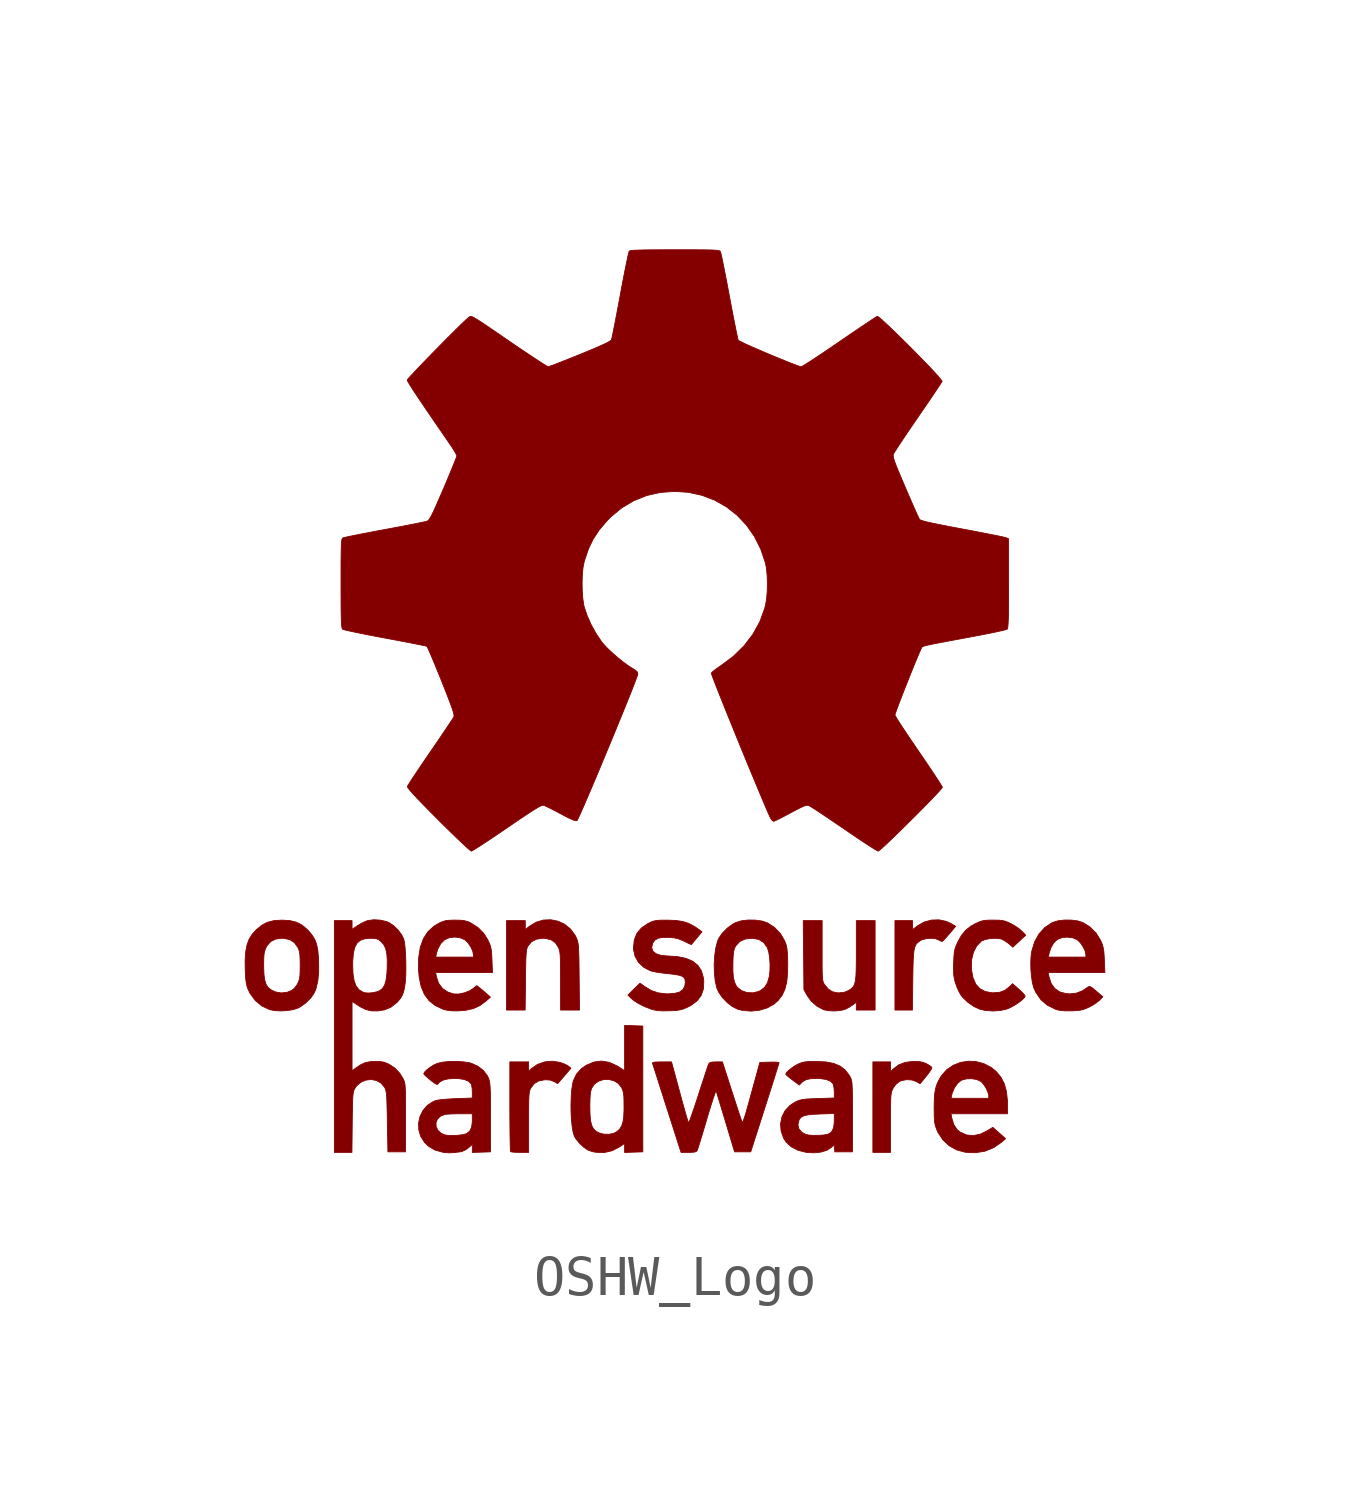
<source format=kicad_sym>
(kicad_symbol_lib
  (version 20231120)
  (generator "kicad_symbol_editor")
  (generator_version "8.0")
  (symbol "OSHW_Logo"
    (pin_names
      (offset 1.016))
    (property "Reference" "G"
      (at 0 16.51 0)
      (effects (font (size 1.27 1.27)) (hide yes)))
    (symbol "OSHW_Logo_0_0"
      (polyline (pts (xy 5.977 -2.818) (xy 5.978 -2.747) (xy 5.982 -2.516) (xy 5.987 -2.332) (xy 5.995 -2.189) (xy 6.007 -2.081) (xy 6.025 -2) (xy 6.049 -1.94) (xy 6.081 -1.896) (xy 6.123 -1.86) (xy 6.175 -1.825) (xy 6.208 -1.808) (xy 6.315 -1.78) (xy 6.436 -1.771) (xy 6.549 -1.782) (xy 6.632 -1.815) (xy 6.68 -1.842) (xy 6.718 -1.849) (xy 6.725 -1.844) (xy 6.764 -1.806) (xy 6.825 -1.739) (xy 6.898 -1.655) (xy 7.055 -1.469) (xy 6.931 -1.397) (xy 6.818 -1.345) (xy 6.635 -1.307) (xy 6.445 -1.313) (xy 6.261 -1.363) (xy 6.098 -1.456) (xy 5.972 -1.552) (xy 5.972 -1.44) (xy 5.972 -1.327) (xy 5.75 -1.327) (xy 5.529 -1.327) (xy 5.529 -2.451) (xy 5.529 -3.574) (xy 5.748 -3.574) (xy 5.968 -3.574) (xy 5.977 -2.818)) (stroke (width 0.01) (type default)) (fill (type outline)))
      (polyline (pts (xy 5.418 -6.408) (xy 5.418 -6.267) (xy 5.418 -6.074) (xy 5.42 -5.925) (xy 5.423 -5.812) (xy 5.428 -5.729) (xy 5.436 -5.667) (xy 5.447 -5.621) (xy 5.462 -5.582) (xy 5.48 -5.543) (xy 5.548 -5.445) (xy 5.639 -5.371) (xy 5.689 -5.349) (xy 5.822 -5.323) (xy 5.958 -5.332) (xy 6.073 -5.374) (xy 6.16 -5.426) (xy 6.317 -5.235) (xy 6.35 -5.193) (xy 6.411 -5.111) (xy 6.449 -5.048) (xy 6.457 -5.015) (xy 6.447 -5.004) (xy 6.397 -4.968) (xy 6.324 -4.926) (xy 6.308 -4.917) (xy 6.225 -4.885) (xy 6.13 -4.869) (xy 6 -4.865) (xy 5.989 -4.865) (xy 5.79 -4.888) (xy 5.624 -4.951) (xy 5.483 -5.058) (xy 5.418 -5.124) (xy 5.418 -5) (xy 5.418 -4.877) (xy 5.196 -4.877) (xy 4.974 -4.877) (xy 4.974 -6.014) (xy 4.974 -7.151) (xy 5.196 -7.151) (xy 5.418 -7.151) (xy 5.418 -6.408)) (stroke (width 0.01) (type default)) (fill (type outline)))
      (polyline (pts (xy -3.677 -6.395) (xy -3.677 -6.38) (xy -3.677 -6.155) (xy -3.676 -5.979) (xy -3.673 -5.843) (xy -3.669 -5.742) (xy -3.663 -5.669) (xy -3.654 -5.616) (xy -3.642 -5.576) (xy -3.626 -5.543) (xy -3.623 -5.537) (xy -3.539 -5.425) (xy -3.429 -5.358) (xy -3.283 -5.328) (xy -3.246 -5.326) (xy -3.135 -5.334) (xy -3.041 -5.37) (xy -2.946 -5.422) (xy -2.779 -5.229) (xy -2.613 -5.036) (xy -2.677 -4.984) (xy -2.712 -4.962) (xy -2.796 -4.922) (xy -2.893 -4.888) (xy -3.081 -4.859) (xy -3.275 -4.877) (xy -3.457 -4.942) (xy -3.615 -5.051) (xy -3.677 -5.108) (xy -3.677 -4.993) (xy -3.677 -4.877) (xy -3.913 -4.877) (xy -4.149 -4.877) (xy -4.149 -5.995) (xy -4.149 -6.086) (xy -4.148 -6.324) (xy -4.146 -6.543) (xy -4.144 -6.736) (xy -4.141 -6.897) (xy -4.138 -7.021) (xy -4.134 -7.101) (xy -4.13 -7.132) (xy -4.127 -7.134) (xy -4.082 -7.143) (xy -4 -7.149) (xy -3.895 -7.151) (xy -3.677 -7.151) (xy -3.677 -6.395)) (stroke (width 0.01) (type default)) (fill (type outline)))
      (polyline (pts (xy 4.149 -3.587) (xy 4.26 -3.562) (xy 4.276 -3.556) (xy 4.372 -3.508) (xy 4.461 -3.451) (xy 4.558 -3.377) (xy 4.558 -3.475) (xy 4.558 -3.574) (xy 4.794 -3.574) (xy 5.03 -3.574) (xy 5.03 -2.451) (xy 5.03 -1.327) (xy 4.794 -1.327) (xy 4.558 -1.327) (xy 4.558 -2.079) (xy 4.558 -2.155) (xy 4.557 -2.386) (xy 4.554 -2.57) (xy 4.548 -2.713) (xy 4.537 -2.822) (xy 4.52 -2.903) (xy 4.496 -2.963) (xy 4.463 -3.008) (xy 4.421 -3.045) (xy 4.369 -3.08) (xy 4.262 -3.126) (xy 4.123 -3.142) (xy 4.085 -3.141) (xy 3.959 -3.115) (xy 3.856 -3.049) (xy 3.761 -2.936) (xy 3.745 -2.912) (xy 3.73 -2.882) (xy 3.719 -2.845) (xy 3.711 -2.794) (xy 3.705 -2.722) (xy 3.701 -2.622) (xy 3.699 -2.487) (xy 3.699 -2.311) (xy 3.699 -2.086) (xy 3.699 -1.327) (xy 3.461 -1.327) (xy 3.224 -1.327) (xy 3.233 -2.194) (xy 3.241 -3.061) (xy 3.324 -3.211) (xy 3.422 -3.347) (xy 3.568 -3.476) (xy 3.735 -3.565) (xy 3.755 -3.571) (xy 3.872 -3.591) (xy 4.011 -3.597) (xy 4.149 -3.587)) (stroke (width 0.01) (type default)) (fill (type outline)))
      (polyline (pts (xy -3.755 -2.818) (xy -3.753 -2.63) (xy -3.75 -2.441) (xy -3.746 -2.294) (xy -3.74 -2.184) (xy -3.733 -2.104) (xy -3.724 -2.046) (xy -3.712 -2.004) (xy -3.697 -1.971) (xy -3.692 -1.963) (xy -3.602 -1.856) (xy -3.477 -1.793) (xy -3.317 -1.771) (xy -3.26 -1.774) (xy -3.115 -1.807) (xy -3.006 -1.882) (xy -2.928 -2.001) (xy -2.913 -2.037) (xy -2.9 -2.081) (xy -2.89 -2.137) (xy -2.883 -2.212) (xy -2.879 -2.313) (xy -2.876 -2.447) (xy -2.874 -2.622) (xy -2.874 -2.846) (xy -2.873 -3.574) (xy -2.635 -3.574) (xy -2.398 -3.574) (xy -2.407 -2.735) (xy -2.408 -2.679) (xy -2.41 -2.452) (xy -2.413 -2.271) (xy -2.417 -2.131) (xy -2.422 -2.025) (xy -2.428 -1.944) (xy -2.437 -1.883) (xy -2.449 -1.835) (xy -2.463 -1.793) (xy -2.482 -1.749) (xy -2.509 -1.696) (xy -2.624 -1.539) (xy -2.77 -1.42) (xy -2.938 -1.341) (xy -3.12 -1.305) (xy -3.306 -1.312) (xy -3.488 -1.366) (xy -3.657 -1.469) (xy -3.761 -1.552) (xy -3.761 -1.44) (xy -3.761 -1.327) (xy -3.996 -1.327) (xy -4.232 -1.327) (xy -4.232 -2.451) (xy -4.232 -3.574) (xy -3.998 -3.574) (xy -3.764 -3.574) (xy -3.755 -2.818)) (stroke (width 0.01) (type default)) (fill (type outline)))
      (polyline (pts (xy 7.789 -7.121) (xy 8.01 -7.032) (xy 8.207 -6.895) (xy 8.309 -6.806) (xy 8.149 -6.664) (xy 7.989 -6.522) (xy 7.837 -6.613) (xy 7.669 -6.694) (xy 7.492 -6.73) (xy 7.323 -6.711) (xy 7.162 -6.638) (xy 7.095 -6.582) (xy 7.008 -6.455) (xy 6.956 -6.284) (xy 6.937 -6.18) (xy 7.647 -6.18) (xy 8.357 -6.18) (xy 8.357 -5.96) (xy 8.355 -5.849) (xy 8.331 -5.62) (xy 8.278 -5.429) (xy 8.194 -5.266) (xy 8.076 -5.122) (xy 7.95 -5.018) (xy 7.768 -4.923) (xy 7.573 -4.87) (xy 7.372 -4.859) (xy 7.175 -4.891) (xy 6.992 -4.962) (xy 6.829 -5.074) (xy 6.698 -5.225) (xy 6.651 -5.3) (xy 6.593 -5.412) (xy 6.554 -5.528) (xy 6.529 -5.661) (xy 6.519 -5.792) (xy 6.939 -5.792) (xy 6.957 -5.702) (xy 6.966 -5.667) (xy 7.021 -5.533) (xy 7.1 -5.419) (xy 7.192 -5.342) (xy 7.209 -5.334) (xy 7.324 -5.303) (xy 7.457 -5.299) (xy 7.585 -5.32) (xy 7.685 -5.366) (xy 7.695 -5.373) (xy 7.761 -5.446) (xy 7.822 -5.544) (xy 7.868 -5.645) (xy 7.886 -5.729) (xy 7.886 -5.792) (xy 7.412 -5.792) (xy 6.939 -5.792) (xy 6.519 -5.792) (xy 6.517 -5.823) (xy 6.513 -6.028) (xy 6.514 -6.115) (xy 6.516 -6.254) (xy 6.522 -6.356) (xy 6.534 -6.437) (xy 6.553 -6.507) (xy 6.58 -6.58) (xy 6.612 -6.652) (xy 6.734 -6.837) (xy 6.893 -6.985) (xy 7.083 -7.09) (xy 7.298 -7.148) (xy 7.548 -7.16) (xy 7.789 -7.121)) (stroke (width 0.01) (type default)) (fill (type outline)))
      (polyline (pts (xy -5.424 -3.594) (xy -5.263 -3.581) (xy -5.071 -3.539) (xy -4.903 -3.462) (xy -4.746 -3.346) (xy -4.636 -3.249) (xy -4.74 -3.158) (xy -4.77 -3.132) (xy -4.849 -3.065) (xy -4.912 -3.013) (xy -4.981 -2.959) (xy -5.066 -3.03) (xy -5.16 -3.091) (xy -5.294 -3.142) (xy -5.433 -3.171) (xy -5.555 -3.17) (xy -5.705 -3.123) (xy -5.841 -3.032) (xy -5.938 -2.902) (xy -5.994 -2.735) (xy -6.013 -2.631) (xy -5.299 -2.631) (xy -4.585 -2.631) (xy -4.598 -2.315) (xy -4.598 -2.296) (xy -4.605 -2.158) (xy -4.616 -2.057) (xy -4.633 -1.978) (xy -4.659 -1.903) (xy -4.699 -1.817) (xy -4.799 -1.654) (xy -4.95 -1.5) (xy -5.143 -1.378) (xy -5.207 -1.351) (xy -5.287 -1.329) (xy -5.386 -1.317) (xy -5.521 -1.314) (xy -5.556 -1.314) (xy -5.676 -1.318) (xy -5.765 -1.329) (xy -5.842 -1.352) (xy -5.928 -1.391) (xy -6.054 -1.465) (xy -6.207 -1.605) (xy -6.322 -1.782) (xy -6.399 -1.998) (xy -6.438 -2.243) (xy -6.011 -2.243) (xy -5.993 -2.152) (xy -5.958 -2.039) (xy -5.884 -1.903) (xy -5.785 -1.806) (xy -5.676 -1.758) (xy -5.539 -1.74) (xy -5.401 -1.756) (xy -5.283 -1.806) (xy -5.278 -1.81) (xy -5.202 -1.883) (xy -5.133 -1.982) (xy -5.083 -2.088) (xy -5.064 -2.179) (xy -5.064 -2.243) (xy -5.537 -2.243) (xy -6.011 -2.243) (xy -6.438 -2.243) (xy -6.44 -2.254) (xy -6.444 -2.551) (xy -6.428 -2.744) (xy -6.378 -2.983) (xy -6.296 -3.179) (xy -6.178 -3.338) (xy -6.024 -3.461) (xy -5.831 -3.552) (xy -5.789 -3.565) (xy -5.692 -3.586) (xy -5.576 -3.595) (xy -5.424 -3.594)) (stroke (width 0.01) (type default)) (fill (type outline)))
      (polyline (pts (xy -1.577 -7.109) (xy -1.383 -7.007) (xy -1.265 -6.926) (xy -1.265 -7.04) (xy -1.265 -7.153) (xy -1.036 -7.145) (xy -0.807 -7.137) (xy -0.807 -5.556) (xy -0.807 -3.976) (xy -1.036 -3.968) (xy -1.265 -3.96) (xy -1.265 -4.529) (xy -1.265 -5.099) (xy -1.411 -5.004) (xy -1.46 -4.974) (xy -1.654 -4.887) (xy -1.847 -4.856) (xy -2.038 -4.881) (xy -2.228 -4.961) (xy -2.349 -5.045) (xy -2.475 -5.185) (xy -2.554 -5.355) (xy -2.569 -5.417) (xy -2.592 -5.565) (xy -2.606 -5.742) (xy -2.612 -5.936) (xy -2.612 -6.001) (xy -2.138 -6.001) (xy -2.138 -5.954) (xy -2.134 -5.797) (xy -2.126 -5.682) (xy -2.112 -5.599) (xy -2.091 -5.536) (xy -2.025 -5.438) (xy -1.921 -5.363) (xy -1.797 -5.322) (xy -1.665 -5.318) (xy -1.537 -5.349) (xy -1.426 -5.416) (xy -1.343 -5.519) (xy -1.332 -5.542) (xy -1.309 -5.597) (xy -1.294 -5.658) (xy -1.285 -5.737) (xy -1.281 -5.847) (xy -1.28 -6) (xy -1.28 -6.093) (xy -1.288 -6.265) (xy -1.308 -6.395) (xy -1.342 -6.494) (xy -1.393 -6.57) (xy -1.464 -6.633) (xy -1.529 -6.668) (xy -1.654 -6.696) (xy -1.791 -6.693) (xy -1.917 -6.657) (xy -1.988 -6.615) (xy -2.05 -6.554) (xy -2.093 -6.47) (xy -2.12 -6.355) (xy -2.134 -6.201) (xy -2.138 -6.001) (xy -2.612 -6.001) (xy -2.611 -6.135) (xy -2.601 -6.328) (xy -2.583 -6.502) (xy -2.559 -6.644) (xy -2.527 -6.744) (xy -2.489 -6.809) (xy -2.401 -6.918) (xy -2.297 -7.017) (xy -2.197 -7.087) (xy -2.176 -7.097) (xy -2.087 -7.127) (xy -1.989 -7.149) (xy -1.78 -7.156) (xy -1.577 -7.109)) (stroke (width 0.01) (type default)) (fill (type outline)))
      (polyline (pts (xy 2.127 -3.579) (xy 2.325 -3.518) (xy 2.493 -3.422) (xy 2.593 -3.334) (xy 2.692 -3.205) (xy 2.764 -3.051) (xy 2.81 -2.865) (xy 2.832 -2.64) (xy 2.834 -2.369) (xy 2.831 -2.264) (xy 2.825 -2.131) (xy 2.815 -2.033) (xy 2.801 -1.958) (xy 2.78 -1.892) (xy 2.751 -1.823) (xy 2.654 -1.659) (xy 2.504 -1.5) (xy 2.325 -1.383) (xy 2.319 -1.381) (xy 2.181 -1.336) (xy 2.013 -1.313) (xy 1.835 -1.312) (xy 1.667 -1.332) (xy 1.531 -1.374) (xy 1.455 -1.414) (xy 1.312 -1.519) (xy 1.187 -1.646) (xy 1.099 -1.777) (xy 1.067 -1.855) (xy 1.025 -2.021) (xy 0.998 -2.217) (xy 0.986 -2.429) (xy 0.99 -2.587) (xy 1.456 -2.587) (xy 1.457 -2.382) (xy 1.461 -2.262) (xy 1.469 -2.151) (xy 1.482 -2.073) (xy 1.501 -2.014) (xy 1.529 -1.961) (xy 1.535 -1.953) (xy 1.631 -1.851) (xy 1.763 -1.791) (xy 1.931 -1.771) (xy 1.957 -1.772) (xy 2.109 -1.801) (xy 2.228 -1.876) (xy 2.318 -1.997) (xy 2.326 -2.015) (xy 2.358 -2.124) (xy 2.38 -2.267) (xy 2.39 -2.426) (xy 2.387 -2.586) (xy 2.371 -2.728) (xy 2.366 -2.751) (xy 2.322 -2.897) (xy 2.254 -3.002) (xy 2.156 -3.08) (xy 2.098 -3.109) (xy 1.956 -3.141) (xy 1.81 -3.134) (xy 1.677 -3.088) (xy 1.571 -3.006) (xy 1.539 -2.962) (xy 1.495 -2.869) (xy 1.468 -2.746) (xy 1.456 -2.587) (xy 0.99 -2.587) (xy 0.991 -2.643) (xy 1.012 -2.844) (xy 1.051 -3.017) (xy 1.095 -3.118) (xy 1.189 -3.255) (xy 1.31 -3.382) (xy 1.444 -3.487) (xy 1.577 -3.553) (xy 1.702 -3.584) (xy 1.915 -3.601) (xy 2.127 -3.579)) (stroke (width 0.01) (type default)) (fill (type outline)))
      (polyline (pts (xy 8.181 -3.585) (xy 8.347 -3.547) (xy 8.43 -3.511) (xy 8.532 -3.455) (xy 8.632 -3.39) (xy 8.717 -3.325) (xy 8.778 -3.267) (xy 8.801 -3.226) (xy 8.8 -3.222) (xy 8.775 -3.183) (xy 8.719 -3.122) (xy 8.642 -3.051) (xy 8.484 -2.912) (xy 8.414 -2.982) (xy 8.413 -2.983) (xy 8.296 -3.076) (xy 8.168 -3.126) (xy 8.011 -3.14) (xy 7.975 -3.14) (xy 7.802 -3.11) (xy 7.665 -3.039) (xy 7.562 -2.926) (xy 7.492 -2.768) (xy 7.453 -2.566) (xy 7.449 -2.516) (xy 7.456 -2.307) (xy 7.502 -2.12) (xy 7.583 -1.964) (xy 7.697 -1.845) (xy 7.705 -1.84) (xy 7.794 -1.803) (xy 7.915 -1.779) (xy 8.047 -1.771) (xy 8.171 -1.782) (xy 8.208 -1.793) (xy 8.294 -1.837) (xy 8.378 -1.897) (xy 8.492 -1.994) (xy 8.653 -1.843) (xy 8.815 -1.692) (xy 8.717 -1.592) (xy 8.651 -1.534) (xy 8.549 -1.463) (xy 8.441 -1.402) (xy 8.376 -1.371) (xy 8.297 -1.34) (xy 8.22 -1.323) (xy 8.127 -1.315) (xy 7.997 -1.314) (xy 7.899 -1.314) (xy 7.797 -1.32) (xy 7.717 -1.334) (xy 7.641 -1.361) (xy 7.548 -1.404) (xy 7.438 -1.465) (xy 7.305 -1.57) (xy 7.196 -1.704) (xy 7.099 -1.88) (xy 7.097 -1.887) (xy 7.06 -1.971) (xy 7.035 -2.048) (xy 7.019 -2.131) (xy 7.01 -2.239) (xy 7.003 -2.386) (xy 7 -2.485) (xy 7 -2.614) (xy 7.008 -2.714) (xy 7.024 -2.804) (xy 7.051 -2.899) (xy 7.087 -3) (xy 7.138 -3.113) (xy 7.187 -3.199) (xy 7.231 -3.255) (xy 7.359 -3.378) (xy 7.509 -3.482) (xy 7.659 -3.553) (xy 7.803 -3.585) (xy 7.991 -3.598) (xy 8.181 -3.585)) (stroke (width 0.01) (type default)) (fill (type outline)))
      (polyline (pts (xy 9.968 -3.594) (xy 10.025 -3.592) (xy 10.143 -3.584) (xy 10.234 -3.568) (xy 10.317 -3.541) (xy 10.412 -3.498) (xy 10.507 -3.446) (xy 10.603 -3.382) (xy 10.671 -3.326) (xy 10.752 -3.241) (xy 10.631 -3.137) (xy 10.587 -3.099) (xy 10.506 -3.031) (xy 10.453 -2.994) (xy 10.416 -2.982) (xy 10.385 -2.991) (xy 10.35 -3.016) (xy 10.239 -3.09) (xy 10.09 -3.149) (xy 9.924 -3.167) (xy 9.833 -3.162) (xy 9.671 -3.119) (xy 9.544 -3.032) (xy 9.453 -2.904) (xy 9.399 -2.735) (xy 9.38 -2.631) (xy 10.092 -2.631) (xy 10.804 -2.631) (xy 10.792 -2.319) (xy 10.787 -2.223) (xy 10.778 -2.099) (xy 10.762 -2.005) (xy 10.738 -1.922) (xy 10.701 -1.834) (xy 10.698 -1.826) (xy 10.584 -1.641) (xy 10.43 -1.487) (xy 10.248 -1.374) (xy 10.122 -1.334) (xy 9.96 -1.313) (xy 9.787 -1.312) (xy 9.624 -1.332) (xy 9.493 -1.372) (xy 9.471 -1.383) (xy 9.293 -1.501) (xy 9.148 -1.662) (xy 9.038 -1.862) (xy 8.966 -2.097) (xy 8.949 -2.216) (xy 8.948 -2.243) (xy 9.384 -2.243) (xy 9.402 -2.152) (xy 9.406 -2.133) (xy 9.454 -1.995) (xy 9.526 -1.878) (xy 9.613 -1.798) (xy 9.718 -1.757) (xy 9.855 -1.742) (xy 9.992 -1.758) (xy 10.107 -1.806) (xy 10.112 -1.81) (xy 10.187 -1.883) (xy 10.256 -1.982) (xy 10.306 -2.088) (xy 10.326 -2.179) (xy 10.326 -2.243) (xy 9.855 -2.243) (xy 9.384 -2.243) (xy 8.948 -2.243) (xy 8.941 -2.382) (xy 8.945 -2.562) (xy 8.96 -2.739) (xy 8.984 -2.895) (xy 9.017 -3.014) (xy 9.073 -3.136) (xy 9.198 -3.316) (xy 9.36 -3.454) (xy 9.559 -3.552) (xy 9.601 -3.566) (xy 9.699 -3.587) (xy 9.815 -3.595) (xy 9.968 -3.594)) (stroke (width 0.01) (type default)) (fill (type outline)))
      (polyline (pts (xy -9.745 -3.588) (xy -9.59 -3.563) (xy -9.467 -3.522) (xy -9.417 -3.495) (xy -9.275 -3.393) (xy -9.149 -3.267) (xy -9.06 -3.135) (xy -9.02 -3.038) (xy -8.974 -2.844) (xy -8.952 -2.606) (xy -8.954 -2.328) (xy -8.956 -2.276) (xy -8.973 -2.086) (xy -9.001 -1.935) (xy -9.045 -1.811) (xy -9.11 -1.702) (xy -9.198 -1.594) (xy -9.235 -1.555) (xy -9.368 -1.441) (xy -9.509 -1.367) (xy -9.674 -1.327) (xy -9.875 -1.314) (xy -9.879 -1.314) (xy -10.077 -1.327) (xy -10.24 -1.368) (xy -10.383 -1.443) (xy -10.522 -1.558) (xy -10.622 -1.669) (xy -10.7 -1.794) (xy -10.754 -1.938) (xy -10.787 -2.109) (xy -10.801 -2.317) (xy -10.8 -2.446) (xy -10.335 -2.446) (xy -10.333 -2.301) (xy -10.328 -2.197) (xy -10.317 -2.121) (xy -10.299 -2.058) (xy -10.271 -1.996) (xy -10.248 -1.954) (xy -10.156 -1.851) (xy -10.033 -1.791) (xy -9.874 -1.771) (xy -9.838 -1.772) (xy -9.686 -1.802) (xy -9.567 -1.876) (xy -9.48 -1.994) (xy -9.478 -1.997) (xy -9.451 -2.056) (xy -9.434 -2.118) (xy -9.424 -2.196) (xy -9.419 -2.302) (xy -9.417 -2.451) (xy -9.417 -2.457) (xy -9.419 -2.603) (xy -9.424 -2.709) (xy -9.434 -2.786) (xy -9.453 -2.848) (xy -9.48 -2.909) (xy -9.5 -2.945) (xy -9.562 -3.025) (xy -9.626 -3.079) (xy -9.743 -3.127) (xy -9.894 -3.144) (xy -10.036 -3.119) (xy -10.142 -3.07) (xy -10.221 -3.008) (xy -10.276 -2.925) (xy -10.311 -2.811) (xy -10.329 -2.66) (xy -10.335 -2.462) (xy -10.335 -2.446) (xy -10.8 -2.446) (xy -10.798 -2.569) (xy -10.796 -2.637) (xy -10.786 -2.785) (xy -10.773 -2.895) (xy -10.754 -2.98) (xy -10.727 -3.053) (xy -10.678 -3.152) (xy -10.547 -3.334) (xy -10.383 -3.47) (xy -10.189 -3.562) (xy -10.071 -3.587) (xy -9.912 -3.596) (xy -9.745 -3.588)) (stroke (width 0.01) (type default)) (fill (type outline)))
      (polyline (pts (xy -0.156 -3.593) (xy -0.079 -3.591) (xy 0.043 -3.583) (xy 0.136 -3.568) (xy 0.219 -3.544) (xy 0.309 -3.506) (xy 0.405 -3.457) (xy 0.558 -3.342) (xy 0.661 -3.204) (xy 0.717 -3.04) (xy 0.725 -2.848) (xy 0.714 -2.756) (xy 0.665 -2.588) (xy 0.577 -2.453) (xy 0.45 -2.349) (xy 0.279 -2.276) (xy 0.064 -2.231) (xy -0.197 -2.214) (xy -0.356 -2.198) (xy -0.478 -2.157) (xy -0.555 -2.092) (xy -0.584 -2.007) (xy -0.562 -1.902) (xy -0.558 -1.893) (xy -0.506 -1.818) (xy -0.425 -1.771) (xy -0.309 -1.748) (xy -0.148 -1.748) (xy -0.018 -1.76) (xy 0.104 -1.79) (xy 0.233 -1.846) (xy 0.244 -1.851) (xy 0.329 -1.893) (xy 0.39 -1.92) (xy 0.413 -1.929) (xy 0.414 -1.928) (xy 0.436 -1.9) (xy 0.484 -1.843) (xy 0.548 -1.766) (xy 0.68 -1.608) (xy 0.564 -1.524) (xy 0.492 -1.475) (xy 0.351 -1.399) (xy 0.202 -1.35) (xy 0.028 -1.323) (xy -0.183 -1.315) (xy -0.23 -1.315) (xy -0.359 -1.316) (xy -0.451 -1.322) (xy -0.522 -1.335) (xy -0.587 -1.357) (xy -0.661 -1.392) (xy -0.683 -1.403) (xy -0.843 -1.512) (xy -0.956 -1.647) (xy -1.022 -1.813) (xy -1.042 -2.01) (xy -1.041 -2.053) (xy -1.002 -2.225) (xy -0.915 -2.376) (xy -0.787 -2.498) (xy -0.623 -2.585) (xy -0.567 -2.601) (xy -0.458 -2.623) (xy -0.325 -2.643) (xy -0.183 -2.659) (xy -0.052 -2.673) (xy 0.08 -2.694) (xy 0.17 -2.72) (xy 0.225 -2.756) (xy 0.253 -2.804) (xy 0.26 -2.869) (xy 0.251 -2.959) (xy 0.206 -3.055) (xy 0.12 -3.12) (xy -0.008 -3.156) (xy -0.183 -3.167) (xy -0.227 -3.166) (xy -0.421 -3.142) (xy -0.59 -3.085) (xy -0.754 -2.987) (xy -0.878 -2.898) (xy -1.03 -3.047) (xy -1.181 -3.197) (xy -1.11 -3.271) (xy -1.039 -3.332) (xy -0.912 -3.413) (xy -0.761 -3.488) (xy -0.601 -3.55) (xy -0.538 -3.569) (xy -0.437 -3.587) (xy -0.316 -3.595) (xy -0.156 -3.593)) (stroke (width 0.01) (type default)) (fill (type outline)))
      (polyline (pts (xy 3.668 -7.144) (xy 3.818 -7.098) (xy 3.93 -7.027) (xy 4 -6.962) (xy 4.009 -7.05) (xy 4.017 -7.137) (xy 4.239 -7.137) (xy 4.461 -7.137) (xy 4.461 -6.25) (xy 4.461 -6.127) (xy 4.461 -5.905) (xy 4.46 -5.729) (xy 4.458 -5.593) (xy 4.454 -5.49) (xy 4.449 -5.414) (xy 4.441 -5.358) (xy 4.431 -5.316) (xy 4.417 -5.282) (xy 4.4 -5.249) (xy 4.381 -5.214) (xy 4.28 -5.082) (xy 4.151 -4.983) (xy 3.99 -4.915) (xy 3.79 -4.877) (xy 3.546 -4.865) (xy 3.463 -4.865) (xy 3.341 -4.869) (xy 3.25 -4.88) (xy 3.175 -4.899) (xy 3.102 -4.928) (xy 3.029 -4.967) (xy 2.941 -5.025) (xy 2.862 -5.088) (xy 2.805 -5.145) (xy 2.784 -5.185) (xy 2.784 -5.187) (xy 2.813 -5.218) (xy 2.873 -5.269) (xy 2.955 -5.332) (xy 3.126 -5.459) (xy 3.179 -5.402) (xy 3.228 -5.359) (xy 3.307 -5.32) (xy 3.414 -5.299) (xy 3.563 -5.293) (xy 3.647 -5.295) (xy 3.798 -5.319) (xy 3.909 -5.363) (xy 3.974 -5.427) (xy 3.984 -5.457) (xy 3.998 -5.538) (xy 4.004 -5.634) (xy 4.004 -5.784) (xy 3.59 -5.798) (xy 3.583 -5.798) (xy 3.421 -5.804) (xy 3.302 -5.811) (xy 3.215 -5.821) (xy 3.146 -5.836) (xy 3.085 -5.857) (xy 3.019 -5.888) (xy 2.889 -5.971) (xy 2.768 -6.102) (xy 2.688 -6.259) (xy 2.654 -6.432) (xy 2.655 -6.454) (xy 3.091 -6.454) (xy 3.119 -6.337) (xy 3.135 -6.308) (xy 3.177 -6.263) (xy 3.241 -6.231) (xy 3.336 -6.209) (xy 3.469 -6.195) (xy 3.65 -6.186) (xy 4.004 -6.175) (xy 4.004 -6.342) (xy 4.003 -6.396) (xy 3.987 -6.526) (xy 3.949 -6.617) (xy 3.886 -6.677) (xy 3.829 -6.698) (xy 3.728 -6.715) (xy 3.606 -6.723) (xy 3.479 -6.724) (xy 3.367 -6.716) (xy 3.286 -6.699) (xy 3.189 -6.645) (xy 3.115 -6.559) (xy 3.091 -6.454) (xy 2.655 -6.454) (xy 2.667 -6.614) (xy 2.73 -6.794) (xy 2.794 -6.892) (xy 2.925 -7.012) (xy 3.095 -7.099) (xy 3.296 -7.15) (xy 3.301 -7.151) (xy 3.491 -7.162) (xy 3.668 -7.144)) (stroke (width 0.01) (type default)) (fill (type outline)))
      (polyline (pts (xy -5.537 -7.155) (xy -5.375 -7.134) (xy -5.352 -7.129) (xy -5.268 -7.091) (xy -5.188 -7.035) (xy -5.092 -6.951) (xy -5.092 -7.052) (xy -5.092 -7.153) (xy -4.863 -7.145) (xy -4.634 -7.137) (xy -4.634 -6.277) (xy -4.634 -6.162) (xy -4.635 -5.939) (xy -4.636 -5.761) (xy -4.639 -5.623) (xy -4.644 -5.517) (xy -4.65 -5.437) (xy -4.659 -5.377) (xy -4.67 -5.329) (xy -4.685 -5.286) (xy -4.711 -5.229) (xy -4.812 -5.095) (xy -4.952 -4.986) (xy -5.119 -4.911) (xy -5.167 -4.899) (xy -5.32 -4.875) (xy -5.496 -4.864) (xy -5.675 -4.867) (xy -5.838 -4.883) (xy -5.967 -4.913) (xy -5.969 -4.913) (xy -6.057 -4.954) (xy -6.148 -5.01) (xy -6.23 -5.072) (xy -6.289 -5.131) (xy -6.312 -5.175) (xy -6.311 -5.178) (xy -6.282 -5.213) (xy -6.222 -5.268) (xy -6.142 -5.335) (xy -6.111 -5.359) (xy -6.036 -5.415) (xy -5.99 -5.44) (xy -5.963 -5.441) (xy -5.945 -5.42) (xy -5.917 -5.386) (xy -5.829 -5.336) (xy -5.699 -5.304) (xy -5.535 -5.293) (xy -5.45 -5.295) (xy -5.298 -5.318) (xy -5.186 -5.363) (xy -5.122 -5.427) (xy -5.111 -5.458) (xy -5.097 -5.538) (xy -5.092 -5.634) (xy -5.092 -5.785) (xy -5.501 -5.8) (xy -5.553 -5.802) (xy -5.705 -5.811) (xy -5.841 -5.822) (xy -5.948 -5.835) (xy -6.013 -5.849) (xy -6.074 -5.874) (xy -6.22 -5.968) (xy -6.331 -6.097) (xy -6.406 -6.248) (xy -6.441 -6.407) (xy -6.005 -6.407) (xy -5.969 -6.316) (xy -5.894 -6.242) (xy -5.781 -6.197) (xy -5.741 -6.192) (xy -5.648 -6.186) (xy -5.527 -6.182) (xy -5.393 -6.18) (xy -5.092 -6.18) (xy -5.092 -6.331) (xy -5.093 -6.391) (xy -5.11 -6.517) (xy -5.15 -6.606) (xy -5.218 -6.669) (xy -5.249 -6.684) (xy -5.341 -6.707) (xy -5.46 -6.722) (xy -5.588 -6.728) (xy -5.706 -6.724) (xy -5.795 -6.708) (xy -5.875 -6.671) (xy -5.958 -6.596) (xy -6.001 -6.504) (xy -6.005 -6.407) (xy -6.441 -6.407) (xy -6.442 -6.414) (xy -6.437 -6.585) (xy -6.388 -6.75) (xy -6.292 -6.901) (xy -6.191 -6.998) (xy -6.03 -7.093) (xy -5.834 -7.147) (xy -5.779 -7.155) (xy -5.665 -7.162) (xy -5.537 -7.155)) (stroke (width 0.01) (type default)) (fill (type outline)))
      (polyline (pts (xy 0.404 -7.15) (xy 0.488 -7.144) (xy 0.535 -7.129) (xy 0.56 -7.102) (xy 0.56 -7.101) (xy 0.576 -7.058) (xy 0.604 -6.969) (xy 0.643 -6.843) (xy 0.691 -6.686) (xy 0.745 -6.506) (xy 0.803 -6.31) (xy 0.812 -6.277) (xy 0.869 -6.089) (xy 0.92 -5.923) (xy 0.965 -5.786) (xy 1 -5.682) (xy 1.024 -5.619) (xy 1.034 -5.603) (xy 1.035 -5.605) (xy 1.048 -5.647) (xy 1.075 -5.734) (xy 1.113 -5.858) (xy 1.16 -6.014) (xy 1.214 -6.193) (xy 1.273 -6.388) (xy 1.498 -7.137) (xy 1.702 -7.137) (xy 1.905 -7.137) (xy 2.26 -6.028) (xy 2.3 -5.904) (xy 2.373 -5.674) (xy 2.44 -5.464) (xy 2.499 -5.279) (xy 2.547 -5.123) (xy 2.584 -5.004) (xy 2.608 -4.927) (xy 2.616 -4.897) (xy 2.611 -4.892) (xy 2.566 -4.885) (xy 2.483 -4.881) (xy 2.375 -4.883) (xy 2.133 -4.891) (xy 1.92 -5.667) (xy 1.868 -5.857) (xy 1.816 -6.042) (xy 1.776 -6.182) (xy 1.744 -6.282) (xy 1.721 -6.346) (xy 1.703 -6.38) (xy 1.691 -6.388) (xy 1.681 -6.374) (xy 1.666 -6.332) (xy 1.636 -6.243) (xy 1.594 -6.117) (xy 1.543 -5.961) (xy 1.485 -5.783) (xy 1.423 -5.591) (xy 1.193 -4.877) (xy 1.032 -4.877) (xy 1.027 -4.877) (xy 0.931 -4.881) (xy 0.876 -4.896) (xy 0.849 -4.925) (xy 0.848 -4.926) (xy 0.833 -4.967) (xy 0.803 -5.053) (xy 0.762 -5.177) (xy 0.712 -5.331) (xy 0.654 -5.508) (xy 0.592 -5.701) (xy 0.585 -5.723) (xy 0.524 -5.91) (xy 0.468 -6.076) (xy 0.419 -6.216) (xy 0.381 -6.322) (xy 0.353 -6.388) (xy 0.341 -6.408) (xy 0.34 -6.407) (xy 0.326 -6.368) (xy 0.301 -6.284) (xy 0.265 -6.162) (xy 0.222 -6.007) (xy 0.172 -5.829) (xy 0.119 -5.633) (xy -0.086 -4.877) (xy -0.332 -4.877) (xy -0.425 -4.878) (xy -0.513 -4.883) (xy -0.557 -4.894) (xy -0.565 -4.912) (xy -0.564 -4.915) (xy -0.548 -4.962) (xy -0.519 -5.05) (xy -0.48 -5.173) (xy -0.432 -5.322) (xy -0.38 -5.487) (xy -0.33 -5.641) (xy -0.255 -5.877) (xy -0.174 -6.128) (xy -0.096 -6.373) (xy -0.027 -6.589) (xy 0.153 -7.151) (xy 0.344 -7.151) (xy 0.404 -7.15)) (stroke (width 0.01) (type default)) (fill (type outline)))
      (polyline (pts (xy -8.109 -6.395) (xy -8.108 -6.309) (xy -8.105 -6.101) (xy -8.102 -5.939) (xy -8.098 -5.816) (xy -8.092 -5.725) (xy -8.084 -5.659) (xy -8.074 -5.611) (xy -8.06 -5.575) (xy -8.043 -5.543) (xy -8.001 -5.482) (xy -7.894 -5.389) (xy -7.768 -5.335) (xy -7.634 -5.32) (xy -7.503 -5.344) (xy -7.387 -5.409) (xy -7.297 -5.515) (xy -7.292 -5.524) (xy -7.276 -5.557) (xy -7.264 -5.597) (xy -7.254 -5.652) (xy -7.246 -5.727) (xy -7.24 -5.83) (xy -7.236 -5.967) (xy -7.231 -6.146) (xy -7.227 -6.374) (xy -7.213 -7.137) (xy -6.991 -7.137) (xy -6.769 -7.137) (xy -6.769 -6.277) (xy -6.769 -6.145) (xy -6.77 -5.93) (xy -6.771 -5.761) (xy -6.773 -5.63) (xy -6.777 -5.532) (xy -6.782 -5.459) (xy -6.791 -5.406) (xy -6.802 -5.364) (xy -6.816 -5.329) (xy -6.835 -5.293) (xy -6.915 -5.163) (xy -7.032 -5.037) (xy -7.185 -4.937) (xy -7.232 -4.914) (xy -7.316 -4.883) (xy -7.408 -4.868) (xy -7.532 -4.865) (xy -7.657 -4.871) (xy -7.781 -4.896) (xy -7.896 -4.948) (xy -8.024 -5.034) (xy -8.114 -5.101) (xy -8.114 -4.229) (xy -8.114 -3.356) (xy -7.976 -3.448) (xy -7.9 -3.497) (xy -7.761 -3.564) (xy -7.623 -3.595) (xy -7.467 -3.596) (xy -7.296 -3.569) (xy -7.137 -3.502) (xy -6.993 -3.39) (xy -6.965 -3.362) (xy -6.891 -3.273) (xy -6.84 -3.178) (xy -6.805 -3.059) (xy -6.779 -2.901) (xy -6.771 -2.832) (xy -6.763 -2.686) (xy -6.761 -2.518) (xy -6.763 -2.339) (xy -6.77 -2.164) (xy -6.781 -2.006) (xy -6.796 -1.877) (xy -6.815 -1.79) (xy -6.87 -1.679) (xy -6.96 -1.56) (xy -7.069 -1.454) (xy -7.18 -1.379) (xy -7.249 -1.35) (xy -7.404 -1.314) (xy -7.569 -1.305) (xy -7.717 -1.325) (xy -7.772 -1.344) (xy -7.875 -1.393) (xy -7.973 -1.451) (xy -8.114 -1.546) (xy -8.114 -1.437) (xy -8.114 -1.327) (xy -8.336 -1.327) (xy -8.558 -1.327) (xy -8.558 -2.437) (xy -8.098 -2.437) (xy -8.096 -2.338) (xy -8.08 -2.144) (xy -8.045 -1.996) (xy -7.987 -1.89) (xy -7.904 -1.821) (xy -7.791 -1.783) (xy -7.645 -1.771) (xy -7.587 -1.772) (xy -7.506 -1.781) (xy -7.445 -1.807) (xy -7.382 -1.856) (xy -7.38 -1.858) (xy -7.315 -1.933) (xy -7.269 -2.031) (xy -7.241 -2.158) (xy -7.229 -2.324) (xy -7.232 -2.535) (xy -7.24 -2.675) (xy -7.262 -2.835) (xy -7.298 -2.953) (xy -7.352 -3.035) (xy -7.424 -3.09) (xy -7.482 -3.113) (xy -7.592 -3.138) (xy -7.705 -3.147) (xy -7.795 -3.139) (xy -7.84 -3.124) (xy -7.939 -3.064) (xy -8.013 -2.969) (xy -8.062 -2.837) (xy -8.09 -2.661) (xy -8.098 -2.437) (xy -8.558 -2.437) (xy -8.558 -4.239) (xy -8.558 -7.151) (xy -8.338 -7.151) (xy -8.117 -7.151) (xy -8.109 -6.395)) (stroke (width 0.01) (type default)) (fill (type outline)))
      (polyline (pts (xy 5.113 0.421) (xy 5.152 0.451) (xy 5.223 0.513) (xy 5.322 0.604) (xy 5.441 0.718) (xy 5.578 0.85) (xy 5.726 0.994) (xy 5.88 1.147) (xy 6.035 1.301) (xy 6.186 1.453) (xy 6.328 1.597) (xy 6.456 1.729) (xy 6.564 1.842) (xy 6.648 1.933) (xy 6.702 1.995) (xy 6.721 2.024) (xy 6.721 2.026) (xy 6.701 2.062) (xy 6.654 2.137) (xy 6.583 2.248) (xy 6.491 2.387) (xy 6.382 2.55) (xy 6.259 2.732) (xy 6.125 2.928) (xy 6.107 2.954) (xy 5.974 3.149) (xy 5.852 3.33) (xy 5.745 3.491) (xy 5.655 3.628) (xy 5.587 3.736) (xy 5.544 3.808) (xy 5.529 3.841) (xy 5.53 3.851) (xy 5.549 3.908) (xy 5.584 4.005) (xy 5.632 4.135) (xy 5.692 4.29) (xy 5.759 4.462) (xy 5.831 4.644) (xy 5.904 4.827) (xy 5.976 5.006) (xy 6.043 5.17) (xy 6.103 5.314) (xy 6.152 5.429) (xy 6.188 5.508) (xy 6.206 5.543) (xy 6.211 5.548) (xy 6.222 5.556) (xy 6.24 5.565) (xy 6.27 5.575) (xy 6.316 5.587) (xy 6.383 5.602) (xy 6.475 5.622) (xy 6.599 5.646) (xy 6.758 5.676) (xy 6.957 5.714) (xy 7.201 5.759) (xy 7.495 5.814) (xy 7.562 5.827) (xy 7.764 5.865) (xy 7.948 5.902) (xy 8.105 5.935) (xy 8.228 5.963) (xy 8.312 5.984) (xy 8.348 5.997) (xy 8.353 6.005) (xy 8.362 6.034) (xy 8.369 6.086) (xy 8.374 6.167) (xy 8.379 6.279) (xy 8.382 6.429) (xy 8.383 6.621) (xy 8.384 6.859) (xy 8.385 7.148) (xy 8.385 8.268) (xy 8.322 8.295) (xy 8.32 8.296) (xy 8.273 8.308) (xy 8.179 8.329) (xy 8.043 8.357) (xy 7.873 8.39) (xy 7.675 8.429) (xy 7.456 8.471) (xy 7.22 8.515) (xy 7.131 8.532) (xy 6.857 8.584) (xy 6.634 8.628) (xy 6.458 8.664) (xy 6.324 8.694) (xy 6.231 8.719) (xy 6.173 8.739) (xy 6.148 8.754) (xy 6.144 8.76) (xy 6.119 8.81) (xy 6.076 8.903) (xy 6.019 9.031) (xy 5.95 9.188) (xy 5.872 9.367) (xy 5.788 9.561) (xy 5.765 9.616) (xy 5.676 9.825) (xy 5.606 9.991) (xy 5.555 10.119) (xy 5.519 10.216) (xy 5.497 10.286) (xy 5.486 10.335) (xy 5.485 10.37) (xy 5.491 10.397) (xy 5.492 10.398) (xy 5.515 10.439) (xy 5.566 10.52) (xy 5.641 10.635) (xy 5.737 10.779) (xy 5.849 10.946) (xy 5.974 11.13) (xy 6.109 11.326) (xy 6.119 11.341) (xy 6.252 11.535) (xy 6.375 11.715) (xy 6.484 11.876) (xy 6.576 12.013) (xy 6.647 12.12) (xy 6.694 12.192) (xy 6.713 12.223) (xy 6.71 12.234) (xy 6.675 12.281) (xy 6.609 12.359) (xy 6.515 12.463) (xy 6.399 12.587) (xy 6.265 12.726) (xy 6.119 12.876) (xy 5.966 13.031) (xy 5.811 13.187) (xy 5.658 13.337) (xy 5.514 13.478) (xy 5.382 13.604) (xy 5.268 13.71) (xy 5.178 13.792) (xy 5.115 13.843) (xy 5.085 13.859) (xy 5.08 13.857) (xy 5.035 13.83) (xy 4.952 13.776) (xy 4.835 13.698) (xy 4.689 13.6) (xy 4.52 13.486) (xy 4.332 13.358) (xy 4.131 13.22) (xy 4.066 13.176) (xy 3.869 13.041) (xy 3.687 12.918) (xy 3.524 12.81) (xy 3.386 12.72) (xy 3.279 12.651) (xy 3.206 12.608) (xy 3.174 12.592) (xy 3.174 12.592) (xy 3.131 12.603) (xy 3.047 12.632) (xy 2.929 12.677) (xy 2.784 12.734) (xy 2.622 12.8) (xy 2.448 12.872) (xy 2.272 12.946) (xy 2.101 13.02) (xy 1.942 13.089) (xy 1.804 13.15) (xy 1.694 13.202) (xy 1.621 13.239) (xy 1.591 13.259) (xy 1.589 13.263) (xy 1.577 13.311) (xy 1.556 13.406) (xy 1.528 13.542) (xy 1.494 13.712) (xy 1.455 13.911) (xy 1.413 14.132) (xy 1.368 14.369) (xy 1.358 14.424) (xy 1.314 14.658) (xy 1.272 14.875) (xy 1.234 15.069) (xy 1.201 15.232) (xy 1.174 15.36) (xy 1.154 15.446) (xy 1.144 15.483) (xy 1.143 15.485) (xy 1.132 15.497) (xy 1.112 15.507) (xy 1.077 15.514) (xy 1.023 15.52) (xy 0.944 15.525) (xy 0.835 15.528) (xy 0.692 15.53) (xy 0.508 15.531) (xy 0.279 15.532) (xy -0.001 15.532) (xy -0.035 15.532) (xy -0.323 15.531) (xy -0.56 15.53) (xy -0.75 15.528) (xy -0.898 15.524) (xy -1.008 15.52) (xy -1.083 15.514) (xy -1.129 15.506) (xy -1.149 15.497) (xy -1.15 15.493) (xy -1.164 15.447) (xy -1.186 15.354) (xy -1.214 15.219) (xy -1.249 15.05) (xy -1.288 14.852) (xy -1.33 14.632) (xy -1.374 14.395) (xy -1.384 14.34) (xy -1.428 14.105) (xy -1.47 13.887) (xy -1.507 13.692) (xy -1.54 13.527) (xy -1.566 13.397) (xy -1.585 13.31) (xy -1.595 13.271) (xy -1.601 13.262) (xy -1.636 13.235) (xy -1.704 13.196) (xy -1.809 13.146) (xy -1.954 13.082) (xy -2.144 13.001) (xy -2.382 12.903) (xy -2.443 12.879) (xy -2.633 12.802) (xy -2.806 12.734) (xy -2.954 12.676) (xy -3.071 12.631) (xy -3.151 12.603) (xy -3.186 12.592) (xy -3.189 12.593) (xy -3.228 12.614) (xy -3.307 12.663) (xy -3.421 12.735) (xy -3.562 12.829) (xy -3.728 12.939) (xy -3.913 13.063) (xy -4.111 13.198) (xy -4.277 13.312) (xy -4.487 13.456) (xy -4.659 13.573) (xy -4.796 13.666) (xy -4.903 13.737) (xy -4.985 13.788) (xy -5.044 13.824) (xy -5.087 13.845) (xy -5.116 13.855) (xy -5.136 13.857) (xy -5.152 13.852) (xy -5.168 13.843) (xy -5.201 13.817) (xy -5.267 13.757) (xy -5.361 13.668) (xy -5.476 13.555) (xy -5.608 13.424) (xy -5.752 13.28) (xy -5.902 13.128) (xy -6.054 12.974) (xy -6.202 12.822) (xy -6.341 12.678) (xy -6.467 12.546) (xy -6.573 12.434) (xy -6.656 12.344) (xy -6.709 12.283) (xy -6.728 12.255) (xy -6.727 12.252) (xy -6.705 12.207) (xy -6.652 12.12) (xy -6.568 11.988) (xy -6.452 11.813) (xy -6.304 11.594) (xy -6.125 11.33) (xy -5.913 11.021) (xy -5.67 10.668) (xy -5.596 10.559) (xy -5.536 10.463) (xy -5.495 10.391) (xy -5.48 10.354) (xy -5.482 10.345) (xy -5.501 10.291) (xy -5.538 10.196) (xy -5.591 10.065) (xy -5.657 9.906) (xy -5.733 9.725) (xy -5.816 9.528) (xy -5.821 9.517) (xy -5.918 9.294) (xy -5.995 9.116) (xy -6.058 8.978) (xy -6.107 8.876) (xy -6.145 8.804) (xy -6.176 8.756) (xy -6.202 8.727) (xy -6.226 8.713) (xy -6.267 8.702) (xy -6.357 8.682) (xy -6.488 8.655) (xy -6.654 8.622) (xy -6.849 8.584) (xy -7.065 8.543) (xy -7.296 8.5) (xy -7.524 8.458) (xy -7.737 8.417) (xy -7.929 8.38) (xy -8.092 8.347) (xy -8.219 8.321) (xy -8.305 8.301) (xy -8.343 8.291) (xy -8.345 8.289) (xy -8.357 8.279) (xy -8.366 8.259) (xy -8.374 8.224) (xy -8.38 8.17) (xy -8.384 8.091) (xy -8.387 7.982) (xy -8.389 7.839) (xy -8.391 7.655) (xy -8.391 7.426) (xy -8.391 7.146) (xy -8.391 6.941) (xy -8.39 6.689) (xy -8.389 6.485) (xy -8.386 6.323) (xy -8.383 6.2) (xy -8.378 6.111) (xy -8.371 6.05) (xy -8.363 6.013) (xy -8.354 5.996) (xy -8.352 5.995) (xy -8.312 5.982) (xy -8.224 5.961) (xy -8.095 5.933) (xy -7.93 5.898) (xy -7.737 5.859) (xy -7.521 5.817) (xy -7.288 5.774) (xy -7.261 5.769) (xy -7.031 5.726) (xy -6.818 5.685) (xy -6.629 5.649) (xy -6.47 5.617) (xy -6.347 5.592) (xy -6.266 5.575) (xy -6.233 5.566) (xy -6.225 5.553) (xy -6.197 5.494) (xy -6.153 5.394) (xy -6.095 5.258) (xy -6.026 5.094) (xy -5.95 4.906) (xy -5.867 4.702) (xy -5.777 4.476) (xy -5.701 4.28) (xy -5.642 4.126) (xy -5.599 4.008) (xy -5.571 3.92) (xy -5.556 3.859) (xy -5.551 3.819) (xy -5.556 3.794) (xy -5.574 3.763) (xy -5.621 3.69) (xy -5.693 3.583) (xy -5.785 3.446) (xy -5.893 3.285) (xy -6.015 3.106) (xy -6.146 2.915) (xy -6.266 2.74) (xy -6.387 2.562) (xy -6.495 2.4) (xy -6.587 2.263) (xy -6.657 2.154) (xy -6.704 2.08) (xy -6.722 2.046) (xy -6.72 2.031) (xy -6.697 1.993) (xy -6.649 1.933) (xy -6.574 1.849) (xy -6.469 1.736) (xy -6.331 1.594) (xy -6.159 1.418) (xy -5.948 1.207) (xy -5.889 1.147) (xy -5.719 0.979) (xy -5.562 0.826) (xy -5.421 0.691) (xy -5.302 0.578) (xy -5.209 0.493) (xy -5.146 0.438) (xy -5.117 0.419) (xy -5.116 0.419) (xy -5.081 0.437) (xy -5.006 0.482) (xy -4.896 0.551) (xy -4.758 0.642) (xy -4.595 0.75) (xy -4.414 0.872) (xy -4.22 1.004) (xy -4.17 1.038) (xy -3.95 1.189) (xy -3.769 1.31) (xy -3.626 1.405) (xy -3.513 1.476) (xy -3.429 1.526) (xy -3.369 1.556) (xy -3.328 1.571) (xy -3.302 1.572) (xy -3.288 1.567) (xy -3.224 1.539) (xy -3.126 1.491) (xy -3.005 1.429) (xy -2.871 1.358) (xy -2.755 1.296) (xy -2.633 1.235) (xy -2.547 1.198) (xy -2.492 1.183) (xy -2.462 1.187) (xy -2.459 1.19) (xy -2.435 1.234) (xy -2.394 1.322) (xy -2.337 1.45) (xy -2.265 1.613) (xy -2.182 1.806) (xy -2.089 2.024) (xy -1.988 2.262) (xy -1.882 2.515) (xy -1.773 2.777) (xy -1.662 3.044) (xy -1.551 3.311) (xy -1.444 3.573) (xy -1.341 3.824) (xy -1.245 4.06) (xy -1.158 4.276) (xy -1.082 4.466) (xy -1.02 4.625) (xy -0.973 4.75) (xy -0.943 4.833) (xy -0.932 4.872) (xy -0.949 4.927) (xy -1.015 4.981) (xy -1.023 4.985) (xy -1.144 5.059) (xy -1.288 5.163) (xy -1.44 5.285) (xy -1.589 5.415) (xy -1.719 5.54) (xy -1.818 5.649) (xy -1.839 5.676) (xy -1.976 5.877) (xy -2.103 6.105) (xy -2.208 6.341) (xy -2.281 6.561) (xy -2.289 6.596) (xy -2.314 6.758) (xy -2.329 6.949) (xy -2.333 7.155) (xy -2.327 7.356) (xy -2.311 7.537) (xy -2.283 7.681) (xy -2.27 7.727) (xy -2.174 8.011) (xy -2.054 8.261) (xy -1.902 8.491) (xy -1.709 8.719) (xy -1.613 8.817) (xy -1.336 9.046) (xy -1.035 9.225) (xy -0.711 9.355) (xy -0.367 9.433) (xy -0.003 9.459) (xy 0.332 9.436) (xy 0.674 9.362) (xy 0.995 9.24) (xy 1.291 9.073) (xy 1.559 8.863) (xy 1.795 8.614) (xy 1.996 8.328) (xy 2.157 8.008) (xy 2.275 7.657) (xy 2.3 7.523) (xy 2.317 7.341) (xy 2.323 7.14) (xy 2.318 6.937) (xy 2.302 6.749) (xy 2.275 6.595) (xy 2.256 6.52) (xy 2.133 6.184) (xy 1.96 5.87) (xy 1.739 5.581) (xy 1.47 5.317) (xy 1.156 5.081) (xy 1.096 5.041) (xy 1.007 4.977) (xy 0.943 4.925) (xy 0.914 4.894) (xy 0.914 4.892) (xy 0.925 4.855) (xy 0.955 4.772) (xy 1.002 4.649) (xy 1.064 4.49) (xy 1.139 4.302) (xy 1.225 4.087) (xy 1.319 3.853) (xy 1.421 3.603) (xy 1.526 3.342) (xy 1.635 3.076) (xy 1.744 2.81) (xy 1.851 2.549) (xy 1.956 2.298) (xy 2.054 2.061) (xy 2.145 1.844) (xy 2.226 1.651) (xy 2.295 1.489) (xy 2.35 1.361) (xy 2.39 1.274) (xy 2.412 1.23) (xy 2.446 1.189) (xy 2.481 1.168) (xy 2.497 1.173) (xy 2.556 1.2) (xy 2.65 1.247) (xy 2.768 1.308) (xy 2.903 1.38) (xy 3.032 1.448) (xy 3.149 1.508) (xy 3.232 1.547) (xy 3.291 1.567) (xy 3.333 1.571) (xy 3.365 1.565) (xy 3.397 1.547) (xy 3.47 1.501) (xy 3.579 1.431) (xy 3.717 1.339) (xy 3.878 1.231) (xy 4.057 1.109) (xy 4.248 0.979) (xy 4.419 0.862) (xy 4.597 0.741) (xy 4.758 0.635) (xy 4.894 0.546) (xy 5.002 0.478) (xy 5.075 0.435) (xy 5.108 0.419) (xy 5.113 0.421)) (stroke (width 0.01) (type default)) (fill (type outline))))))
</source>
